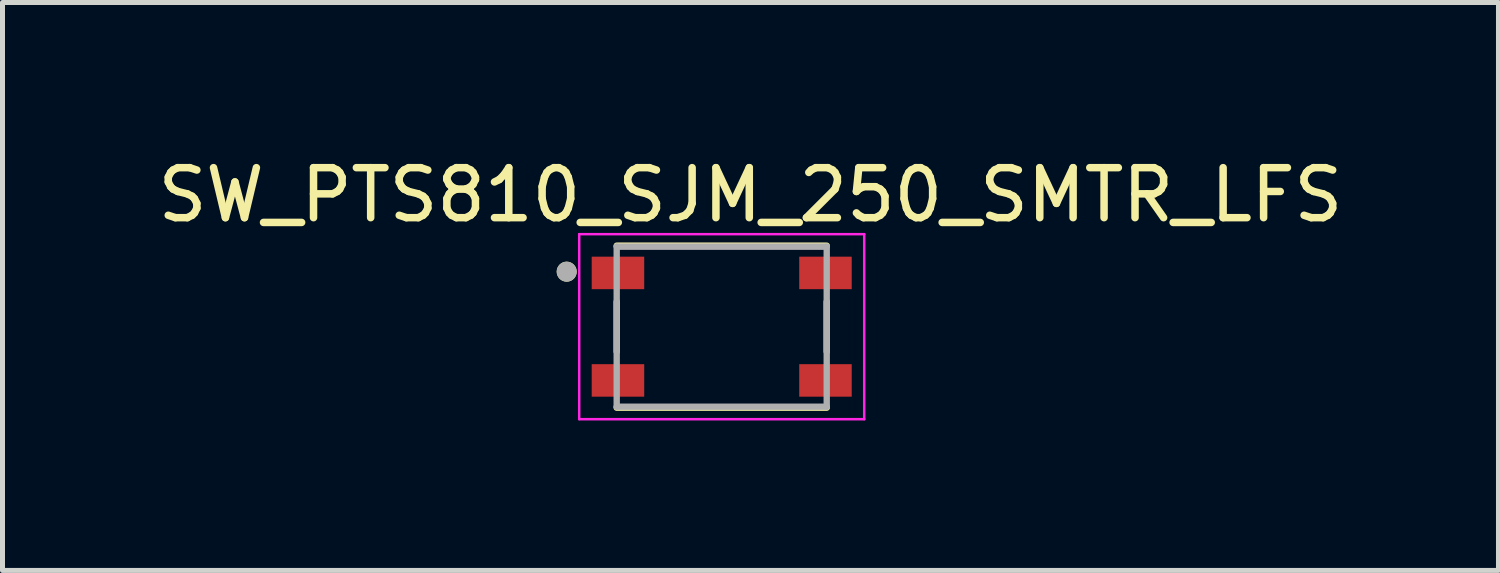
<source format=kicad_pcb>
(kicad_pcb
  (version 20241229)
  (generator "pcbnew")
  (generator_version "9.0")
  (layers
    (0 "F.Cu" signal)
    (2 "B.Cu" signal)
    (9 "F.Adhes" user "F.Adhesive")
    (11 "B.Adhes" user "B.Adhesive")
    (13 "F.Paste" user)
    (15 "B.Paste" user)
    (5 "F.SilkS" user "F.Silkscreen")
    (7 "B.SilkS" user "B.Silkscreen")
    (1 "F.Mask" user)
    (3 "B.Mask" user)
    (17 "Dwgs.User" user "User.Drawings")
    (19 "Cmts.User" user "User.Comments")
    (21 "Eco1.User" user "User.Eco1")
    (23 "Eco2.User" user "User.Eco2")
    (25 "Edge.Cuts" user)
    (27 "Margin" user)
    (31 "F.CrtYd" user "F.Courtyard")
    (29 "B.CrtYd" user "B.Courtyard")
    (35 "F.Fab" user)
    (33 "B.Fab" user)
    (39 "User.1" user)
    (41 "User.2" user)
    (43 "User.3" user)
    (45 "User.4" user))
  (footprint "SW_PTS810_SJM_250_SMTR_LFS"
    (layer "F.Cu")
    (at 11.383 3.483)
    (property "Reference" "SW_PTS810_SJM_250_SMTR_LFS" (at 0.575 -2.635 0) (layer "F.SilkS") (effects (font (size 1 1) (thickness 0.15))))
    (attr smd)
    (fp_line (start -2.1 -1.62) (end 2.1 -1.62) (stroke (width 0.127) (type solid)) (layer "F.SilkS"))
    (fp_line (start -2.1 0.5) (end -2.1 -0.5) (stroke (width 0.127) (type solid)) (layer "F.SilkS"))
    (fp_line (start 2.1 0.5) (end 2.1 -0.5) (stroke (width 0.127) (type solid)) (layer "F.SilkS"))
    (fp_line (start 2.1 1.62) (end -2.1 1.62) (stroke (width 0.127) (type solid)) (layer "F.SilkS"))
    (fp_circle (center -3.1 -1.1) (end -3 -1.1) (stroke (width 0.2) (type solid)) (fill no) (layer "F.SilkS"))
    (fp_line (start -2.85 -1.85) (end 2.85 -1.85) (stroke (width 0.05) (type solid)) (layer "F.CrtYd"))
    (fp_line (start -2.85 1.85) (end -2.85 -1.85) (stroke (width 0.05) (type solid)) (layer "F.CrtYd"))
    (fp_line (start 2.85 -1.85) (end 2.85 1.85) (stroke (width 0.05) (type solid)) (layer "F.CrtYd"))
    (fp_line (start 2.85 1.85) (end -2.85 1.85) (stroke (width 0.05) (type solid)) (layer "F.CrtYd"))
    (fp_line (start -2.1 -1.6) (end 2.1 -1.6) (stroke (width 0.127) (type solid)) (layer "F.Fab"))
    (fp_line (start -2.1 1.6) (end -2.1 -1.6) (stroke (width 0.127) (type solid)) (layer "F.Fab"))
    (fp_line (start 2.1 -1.6) (end 2.1 1.6) (stroke (width 0.127) (type solid)) (layer "F.Fab"))
    (fp_line (start 2.1 1.6) (end -2.1 1.6) (stroke (width 0.127) (type solid)) (layer "F.Fab"))
    (fp_circle (center -3.1 -1.1) (end -3 -1.1) (stroke (width 0.2) (type solid)) (fill no) (layer "F.Fab"))
    (pad "1" smd rect (at -2.075 -1.075) (size 1.05 0.65) (layers "F.Cu" "F.Mask" "F.Paste"))
    (pad "1" smd rect (at 2.075 -1.075) (size 1.05 0.65) (layers "F.Cu" "F.Mask" "F.Paste"))
    (pad "2" smd rect (at -2.075 1.075) (size 1.05 0.65) (layers "F.Cu" "F.Mask" "F.Paste"))
    (pad "2" smd rect (at 2.075 1.075) (size 1.05 0.65) (layers "F.Cu" "F.Mask" "F.Paste")))
  (gr_rect
    (start -3 -3)
    (end 26.917 8.358)
    (stroke (width 0.1) (type default))
    (fill no)
    (layer "Edge.Cuts")))
</source>
